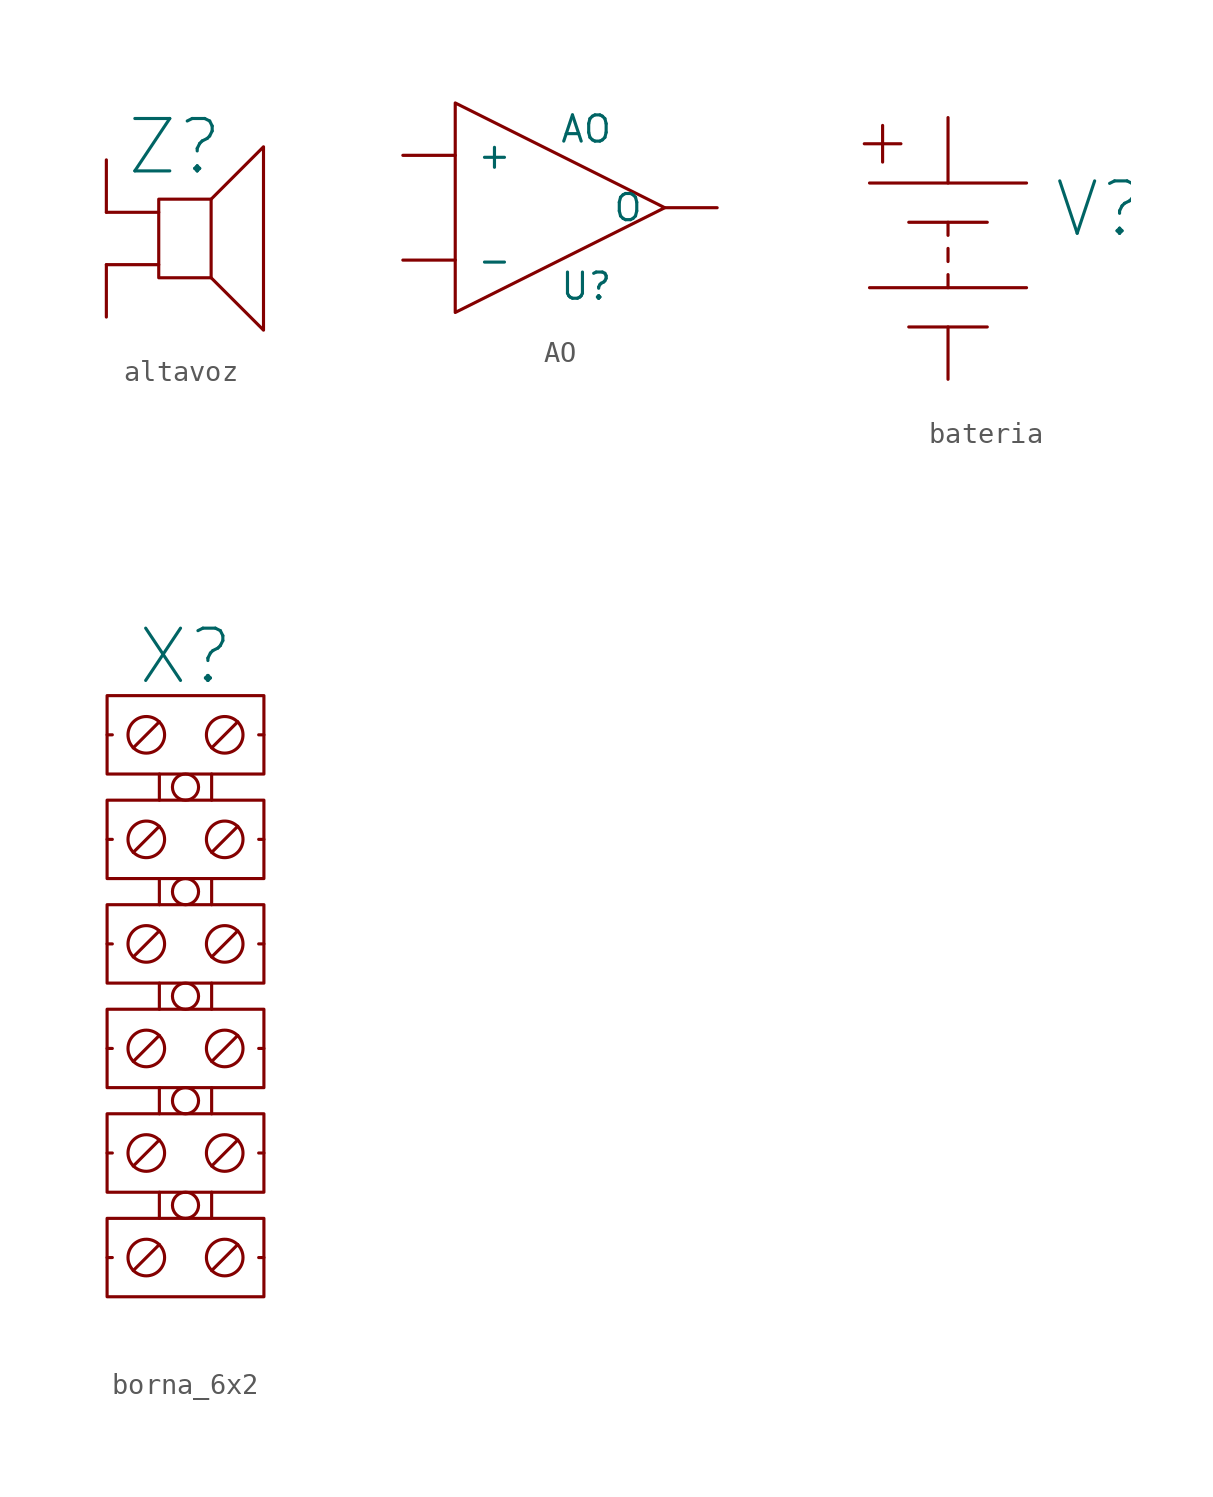
<source format=kicad_sym>
(kicad_symbol_lib
  (version 20211014)
  (generator kicad_symbol_editor)
  (symbol "altavoz"
    (pin_names
      (offset 1.016))
    (property "Reference" "Z"
      (at 5.715 0.635 0)
      (effects (font (size 2.54 2.54)) (justify right)))
    (symbol "altavoz_0_0"
      (polyline (pts (xy 0 -5.08) (xy 2.54 -5.08)) (stroke (width 0) (type default) (color 0 0 0 0)) (fill (type none)))
      (polyline (pts (xy 0 -2.54) (xy 2.54 -2.54)) (stroke (width 0) (type default) (color 0 0 0 0)) (fill (type none)))
      (polyline (pts (xy 5.08 -1.905) (xy 7.62 0.635) (xy 7.62 -8.255) (xy 5.08 -5.715)) (stroke (width 0) (type default) (color 0 0 0 0)) (fill (type none)))
      (rectangle (start 2.54 -1.905) (end 5.08 -5.715) (stroke (width 0) (type default) (color 0 0 0 0)) (fill (type none))))
    (symbol "altavoz_1_1"
      (pin input line (at 0 -7.62 90) (length 2.54) (name "~" (effects (font (size 1.27 1.27)))) (number "~" (effects (font (size 1.143 1.143)))))
      (pin input line (at 0 0 270) (length 2.54) (name "~" (effects (font (size 1.27 1.27)))) (number "~" (effects (font (size 1.143 1.143)))))))
  (symbol "AO"
    (pin_names
      (offset 1.016))
    (property "Reference" "U"
      (at 6.35 -3.81 0)
      (effects (font (size 1.27 1.27))))
    (property "Value" "AO"
      (at 6.35 3.81 0)
      (effects (font (size 1.27 1.27))))
    (symbol "AO_0_1"
      (polyline (pts (xy 0 5.08) (xy 0 -5.08) (xy 10.16 0) (xy 0 5.08)) (stroke (width 0) (type default) (color 0 0 0 0)) (fill (type none))))
    (symbol "AO_1_1"
      (pin input line (at -2.54 2.54 0) (length 2.54) (name "+" (effects (font (size 1.27 1.27)))) (number "~" (effects (font (size 1.27 1.27)))))
      (pin input line (at -2.54 -2.54 0) (length 2.54) (name "-" (effects (font (size 1.27 1.27)))) (number "~" (effects (font (size 1.27 1.27)))))
      (pin output line (at 12.7 0 180) (length 2.54) (name "O" (effects (font (size 1.27 1.27)))) (number "~" (effects (font (size 1.27 1.27)))))))
  (symbol "bateria"
    (pin_names
      (offset 1.016))
    (property "Reference" "V"
      (at 5.08 -4.445 0)
      (effects (font (size 2.54 2.54)) (justify left)))
    (symbol "bateria_0_1"
      (polyline (pts (xy -4.064 -1.27) (xy -2.286 -1.27)) (stroke (width 0) (type default) (color 0 0 0 0)) (fill (type none)))
      (polyline (pts (xy -3.81 -8.255) (xy 3.81 -8.255)) (stroke (width 0) (type default) (color 0 0 0 0)) (fill (type none)))
      (polyline (pts (xy -3.81 -3.175) (xy 3.81 -3.175)) (stroke (width 0) (type default) (color 0 0 0 0)) (fill (type none)))
      (polyline (pts (xy -3.175 -0.381) (xy -3.175 -2.159)) (stroke (width 0) (type default) (color 0 0 0 0)) (fill (type none)))
      (polyline (pts (xy -1.905 -10.16) (xy 1.905 -10.16)) (stroke (width 0) (type default) (color 0 0 0 0)) (fill (type none)))
      (polyline (pts (xy -1.905 -5.08) (xy 1.905 -5.08)) (stroke (width 0) (type default) (color 0 0 0 0)) (fill (type none)))
      (polyline (pts (xy 0 -8.255) (xy 0 -7.62)) (stroke (width 0) (type default) (color 0 0 0 0)) (fill (type none)))
      (polyline (pts (xy 0 -6.985) (xy 0 -6.35)) (stroke (width 0) (type default) (color 0 0 0 0)) (fill (type none)))
      (polyline (pts (xy 0 -5.715) (xy 0 -5.08)) (stroke (width 0) (type default) (color 0 0 0 0)) (fill (type none))))
    (symbol "bateria_1_1"
      (pin input line (at 0 -12.7 90) (length 2.54) (name "~" (effects (font (size 1.27 1.27)))) (number "~" (effects (font (size 1.143 1.143)))))
      (pin input line (at 0 0 270) (length 3.175) (name "~" (effects (font (size 1.27 1.27)))) (number "~" (effects (font (size 1.143 1.143)))))))
  (symbol "borna_6x2"
    (pin_names
      (offset 1.016))
    (property "Reference" "X"
      (at 3.81 3.81 0)
      (effects (font (size 2.54 2.54))))
    (symbol "borna_6x2_0_1"
      (rectangle (start 0 -23.495) (end 7.62 -27.305) (stroke (width 0) (type default) (color 0 0 0 0)) (fill (type none)))
      (rectangle (start 0 -18.415) (end 7.62 -22.225) (stroke (width 0) (type default) (color 0 0 0 0)) (fill (type none)))
      (rectangle (start 0 -13.335) (end 7.62 -17.145) (stroke (width 0) (type default) (color 0 0 0 0)) (fill (type none)))
      (rectangle (start 0 -8.255) (end 7.62 -12.065) (stroke (width 0) (type default) (color 0 0 0 0)) (fill (type none)))
      (rectangle (start 0 -3.175) (end 7.62 -6.985) (stroke (width 0) (type default) (color 0 0 0 0)) (fill (type none)))
      (polyline (pts (xy 1.27 -26.035) (xy 2.54 -24.765)) (stroke (width 0) (type default) (color 0 0 0 0)) (fill (type none)))
      (polyline (pts (xy 1.27 -20.955) (xy 2.54 -19.685)) (stroke (width 0) (type default) (color 0 0 0 0)) (fill (type none)))
      (polyline (pts (xy 1.27 -15.875) (xy 2.54 -14.605)) (stroke (width 0) (type default) (color 0 0 0 0)) (fill (type none)))
      (polyline (pts (xy 1.27 -10.795) (xy 2.54 -9.525)) (stroke (width 0) (type default) (color 0 0 0 0)) (fill (type none)))
      (polyline (pts (xy 1.27 -5.715) (xy 2.54 -4.445)) (stroke (width 0) (type default) (color 0 0 0 0)) (fill (type none)))
      (polyline (pts (xy 1.27 -0.635) (xy 2.54 0.635)) (stroke (width 0) (type default) (color 0 0 0 0)) (fill (type none)))
      (polyline (pts (xy 2.54 -23.495) (xy 2.54 -22.225)) (stroke (width 0) (type default) (color 0 0 0 0)) (fill (type none)))
      (polyline (pts (xy 2.54 -18.415) (xy 2.54 -17.145)) (stroke (width 0) (type default) (color 0 0 0 0)) (fill (type none)))
      (polyline (pts (xy 2.54 -13.335) (xy 2.54 -12.065)) (stroke (width 0) (type default) (color 0 0 0 0)) (fill (type none)))
      (polyline (pts (xy 2.54 -8.255) (xy 2.54 -6.985)) (stroke (width 0) (type default) (color 0 0 0 0)) (fill (type none)))
      (polyline (pts (xy 2.54 -3.175) (xy 2.54 -1.905)) (stroke (width 0) (type default) (color 0 0 0 0)) (fill (type none)))
      (polyline (pts (xy 5.08 -26.035) (xy 6.35 -24.765)) (stroke (width 0) (type default) (color 0 0 0 0)) (fill (type none)))
      (polyline (pts (xy 5.08 -23.495) (xy 5.08 -22.225)) (stroke (width 0) (type default) (color 0 0 0 0)) (fill (type none)))
      (polyline (pts (xy 5.08 -20.955) (xy 6.35 -19.685)) (stroke (width 0) (type default) (color 0 0 0 0)) (fill (type none)))
      (polyline (pts (xy 5.08 -18.415) (xy 5.08 -17.145)) (stroke (width 0) (type default) (color 0 0 0 0)) (fill (type none)))
      (polyline (pts (xy 5.08 -15.875) (xy 6.35 -14.605)) (stroke (width 0) (type default) (color 0 0 0 0)) (fill (type none)))
      (polyline (pts (xy 5.08 -13.335) (xy 5.08 -12.065)) (stroke (width 0) (type default) (color 0 0 0 0)) (fill (type none)))
      (polyline (pts (xy 5.08 -10.795) (xy 6.35 -9.525)) (stroke (width 0) (type default) (color 0 0 0 0)) (fill (type none)))
      (polyline (pts (xy 5.08 -8.255) (xy 5.08 -6.985)) (stroke (width 0) (type default) (color 0 0 0 0)) (fill (type none)))
      (polyline (pts (xy 5.08 -5.715) (xy 6.35 -4.445)) (stroke (width 0) (type default) (color 0 0 0 0)) (fill (type none)))
      (polyline (pts (xy 5.08 -3.175) (xy 5.08 -1.905)) (stroke (width 0) (type default) (color 0 0 0 0)) (fill (type none)))
      (polyline (pts (xy 5.08 -0.635) (xy 6.35 0.635)) (stroke (width 0) (type default) (color 0 0 0 0)) (fill (type none)))
      (rectangle (start 0 1.905) (end 7.62 -1.905) (stroke (width 0) (type default) (color 0 0 0 0)) (fill (type none)))
      (circle (center 1.905 -25.4) (radius 0.889) (stroke (width 0) (type default) (color 0 0 0 0)) (fill (type none)))
      (circle (center 1.905 -20.32) (radius 0.889) (stroke (width 0) (type default) (color 0 0 0 0)) (fill (type none)))
      (circle (center 1.905 -15.24) (radius 0.889) (stroke (width 0) (type default) (color 0 0 0 0)) (fill (type none)))
      (circle (center 1.905 -10.16) (radius 0.889) (stroke (width 0) (type default) (color 0 0 0 0)) (fill (type none)))
      (circle (center 1.905 -5.08) (radius 0.889) (stroke (width 0) (type default) (color 0 0 0 0)) (fill (type none)))
      (circle (center 1.905 0) (radius 0.889) (stroke (width 0) (type default) (color 0 0 0 0)) (fill (type none)))
      (circle (center 3.81 -22.86) (radius 0.635) (stroke (width 0) (type default) (color 0 0 0 0)) (fill (type none)))
      (circle (center 3.81 -17.78) (radius 0.635) (stroke (width 0) (type default) (color 0 0 0 0)) (fill (type none)))
      (circle (center 3.81 -12.7) (radius 0.635) (stroke (width 0) (type default) (color 0 0 0 0)) (fill (type none)))
      (circle (center 3.81 -7.62) (radius 0.635) (stroke (width 0) (type default) (color 0 0 0 0)) (fill (type none)))
      (circle (center 3.81 -2.54) (radius 0.635) (stroke (width 0) (type default) (color 0 0 0 0)) (fill (type none)))
      (circle (center 5.715 -25.4) (radius 0.889) (stroke (width 0) (type default) (color 0 0 0 0)) (fill (type none)))
      (circle (center 5.715 -20.32) (radius 0.889) (stroke (width 0) (type default) (color 0 0 0 0)) (fill (type none)))
      (circle (center 5.715 -15.24) (radius 0.889) (stroke (width 0) (type default) (color 0 0 0 0)) (fill (type none)))
      (circle (center 5.715 -10.16) (radius 0.889) (stroke (width 0) (type default) (color 0 0 0 0)) (fill (type none)))
      (circle (center 5.715 -5.08) (radius 0.889) (stroke (width 0) (type default) (color 0 0 0 0)) (fill (type none)))
      (circle (center 5.715 0) (radius 0.889) (stroke (width 0) (type default) (color 0 0 0 0)) (fill (type none))))
    (symbol "borna_6x2_1_1"
      (pin input line (at 0 -25.4 0) (length 0.254) (name "~" (effects (font (size 1.27 1.27)))) (number "~" (effects (font (size 1.143 1.143)))))
      (pin input line (at 0 -20.32 0) (length 0.254) (name "~" (effects (font (size 1.27 1.27)))) (number "~" (effects (font (size 1.143 1.143)))))
      (pin input line (at 0 -15.24 0) (length 0.254) (name "~" (effects (font (size 1.27 1.27)))) (number "~" (effects (font (size 1.143 1.143)))))
      (pin input line (at 0 -10.16 0) (length 0.254) (name "~" (effects (font (size 1.27 1.27)))) (number "~" (effects (font (size 1.143 1.143)))))
      (pin input line (at 0 -5.08 0) (length 0.254) (name "~" (effects (font (size 1.27 1.27)))) (number "~" (effects (font (size 1.143 1.143)))))
      (pin input line (at 0 0 0) (length 0.254) (name "~" (effects (font (size 1.27 1.27)))) (number "~" (effects (font (size 1.143 1.143)))))
      (pin input line (at 7.62 -25.4 180) (length 0.254) (name "~" (effects (font (size 1.27 1.27)))) (number "~" (effects (font (size 1.143 1.143)))))
      (pin input line (at 7.62 -20.32 180) (length 0.254) (name "~" (effects (font (size 1.27 1.27)))) (number "~" (effects (font (size 1.143 1.143)))))
      (pin input line (at 7.62 -15.24 180) (length 0.254) (name "~" (effects (font (size 1.27 1.27)))) (number "~" (effects (font (size 1.143 1.143)))))
      (pin input line (at 7.62 -10.16 180) (length 0.254) (name "~" (effects (font (size 1.27 1.27)))) (number "~" (effects (font (size 1.143 1.143)))))
      (pin input line (at 7.62 -5.08 180) (length 0.254) (name "~" (effects (font (size 1.27 1.27)))) (number "~" (effects (font (size 1.143 1.143)))))
      (pin input line (at 7.62 0 180) (length 0.254) (name "~" (effects (font (size 1.27 1.27)))) (number "~" (effects (font (size 1.143 1.143))))))))
</source>
